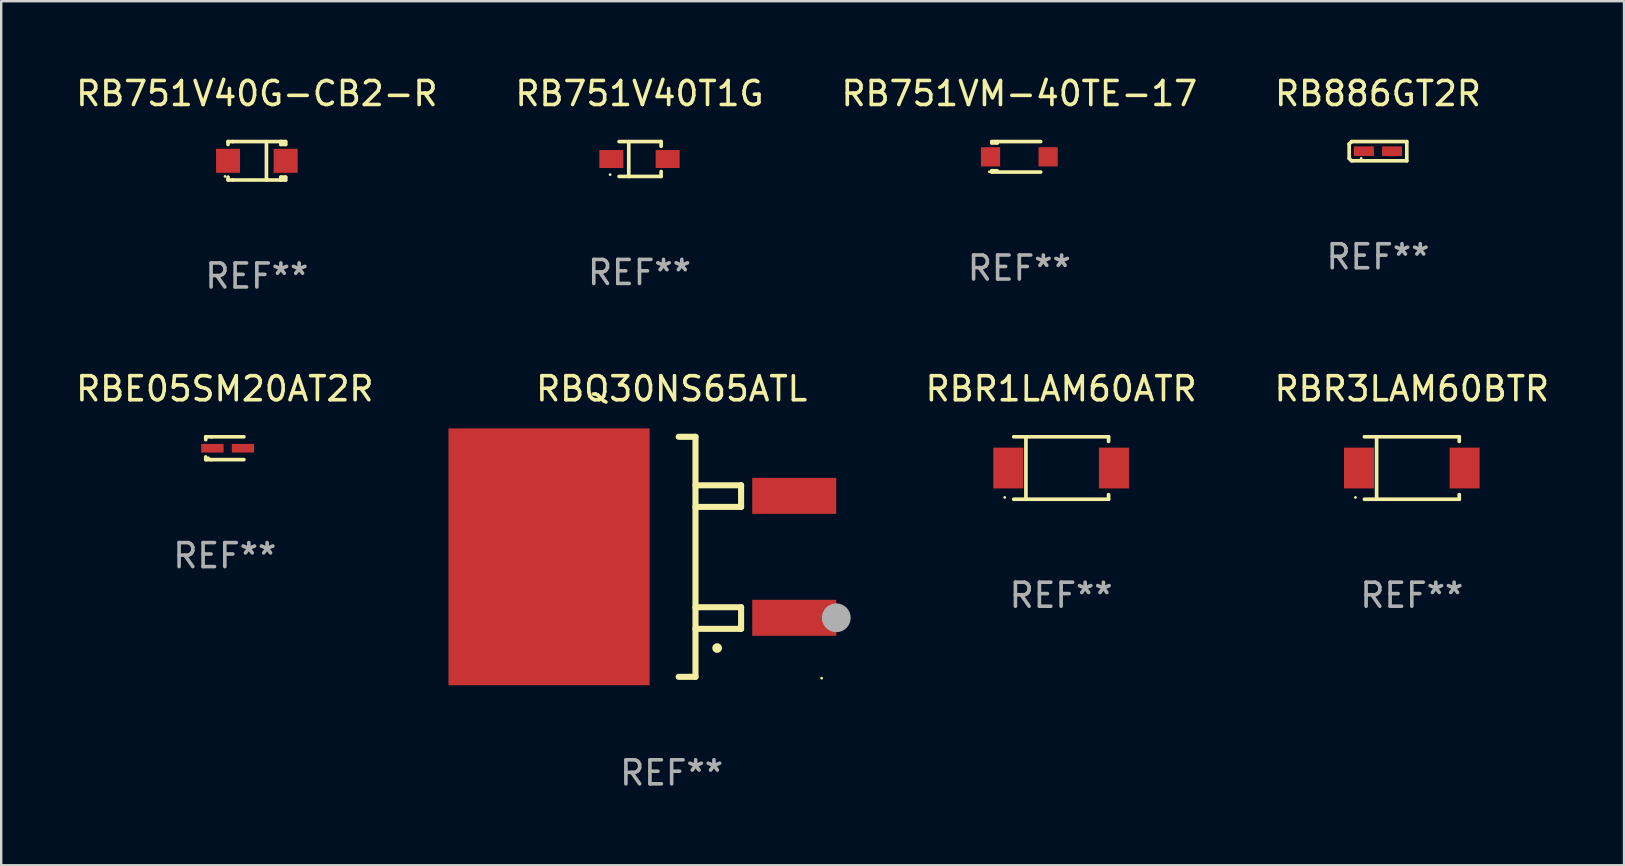
<source format=kicad_pcb>
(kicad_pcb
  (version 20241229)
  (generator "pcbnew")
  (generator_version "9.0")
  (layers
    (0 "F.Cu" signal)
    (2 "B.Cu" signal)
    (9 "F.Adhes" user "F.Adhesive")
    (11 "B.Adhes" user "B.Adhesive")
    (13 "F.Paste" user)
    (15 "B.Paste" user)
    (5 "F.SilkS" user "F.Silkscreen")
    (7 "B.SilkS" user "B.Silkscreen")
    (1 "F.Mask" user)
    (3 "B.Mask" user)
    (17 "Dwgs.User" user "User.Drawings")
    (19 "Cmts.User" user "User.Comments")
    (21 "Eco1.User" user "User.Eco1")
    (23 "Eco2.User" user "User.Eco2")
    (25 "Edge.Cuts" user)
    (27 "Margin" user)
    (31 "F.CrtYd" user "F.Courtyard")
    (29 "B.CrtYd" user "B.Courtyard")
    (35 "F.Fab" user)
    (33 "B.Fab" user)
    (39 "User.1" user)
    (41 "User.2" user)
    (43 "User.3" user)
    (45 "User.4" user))
  (footprint "RBQ30NS65ATL"
    (layer "F.Cu")
    (at 24.928 20.145)
    (property "Reference" "RBQ30NS65ATL" (at 0 -7 0) (layer "F.SilkS") (effects (font (size 1 1) (thickness 0.15))))
    (attr through_hole)
    (fp_line (start 0.293 -5) (end 0.993 -5) (stroke (width 0.254) (type solid)) (layer "F.SilkS"))
    (fp_line (start 0.993 -5) (end 0.993 5) (stroke (width 0.254) (type solid)) (layer "F.SilkS"))
    (fp_line (start 0.993 -2.08) (end 2.893 -2.08) (stroke (width 0.254) (type solid)) (layer "F.SilkS"))
    (fp_line (start 0.993 3) (end 2.893 3) (stroke (width 0.254) (type solid)) (layer "F.SilkS"))
    (fp_line (start 0.993 5) (end 0.293 5) (stroke (width 0.254) (type solid)) (layer "F.SilkS"))
    (fp_line (start 2.893 -2.98) (end 0.993 -2.98) (stroke (width 0.254) (type solid)) (layer "F.SilkS"))
    (fp_line (start 2.893 -2.08) (end 2.893 -2.98) (stroke (width 0.254) (type solid)) (layer "F.SilkS"))
    (fp_line (start 2.893 2.1) (end 0.993 2.1) (stroke (width 0.254) (type solid)) (layer "F.SilkS"))
    (fp_line (start 2.893 3) (end 2.893 2.1) (stroke (width 0.254) (type solid)) (layer "F.SilkS"))
    (fp_arc (start 1.893447 3.79986) (mid 1.894717 3.799856) (end 1.895987 3.79986) (stroke (width 0.4) (type solid)) (layer "F.SilkS"))
    (fp_circle (center 6.248 5.055) (end 6.278 5.055) (stroke (width 0.06) (type solid)) (fill no) (layer "F.SilkS"))
    (fp_circle (center 6.858 2.54) (end 7.158 2.54) (stroke (width 0.6) (type solid)) (fill no) (layer "F.Fab"))
    (fp_text user "REF**" (at 0 9 0) (layer "F.Fab") (effects (font (size 1 1) (thickness 0.15))))
    (pad "1" smd rect (at 5.107 2.54) (size 3.5 1.5) (layers "F.Cu" "F.Mask" "F.Paste"))
    (pad "2" smd rect (at -5.107 -0.000241) (size 8.38 10.7) (layers "F.Cu" "F.Mask" "F.Paste"))
    (pad "3" smd rect (at 5.106 -2.54) (size 3.5 1.5) (layers "F.Cu" "F.Mask" "F.Paste")))
  (footprint "RB751V40G-CB2-R"
    (layer "F.Cu")
    (at 7.649 3.648)
    (property "Reference" "RB751V40G-CB2-R" (at 0 -2.8 0) (layer "F.SilkS") (effects (font (size 1 1) (thickness 0.15))))
    (attr through_hole)
    (fp_line (start -1.2 -0.8) (end -1.2 -0.68) (stroke (width 0.152) (type solid)) (layer "F.SilkS"))
    (fp_line (start -1.2 0.68) (end -1.2 0.8) (stroke (width 0.152) (type solid)) (layer "F.SilkS"))
    (fp_line (start -1.2 0.8) (end -1 0.8) (stroke (width 0.152) (type solid)) (layer "F.SilkS"))
    (fp_line (start -1 -0.8) (end -1.2 -0.8) (stroke (width 0.152) (type solid)) (layer "F.SilkS"))
    (fp_line (start -1 -0.8) (end 1 -0.8) (stroke (width 0.152) (type solid)) (layer "F.SilkS"))
    (fp_line (start -1 0.8) (end 1 0.8) (stroke (width 0.152) (type solid)) (layer "F.SilkS"))
    (fp_line (start 0.4 -0.8) (end 0.4 0.8) (stroke (width 0.152) (type solid)) (layer "F.SilkS"))
    (fp_line (start 1 -0.8) (end 1 -0.68) (stroke (width 0.152) (type solid)) (layer "F.SilkS"))
    (fp_line (start 1 -0.8) (end 1.2 -0.8) (stroke (width 0.152) (type solid)) (layer "F.SilkS"))
    (fp_line (start 1 0.68) (end 1 0.8) (stroke (width 0.152) (type solid)) (layer "F.SilkS"))
    (fp_line (start 1 0.68) (end 1.2 0.68) (stroke (width 0.152) (type solid)) (layer "F.SilkS"))
    (fp_line (start 1.2 -0.8) (end 1.2 -0.68) (stroke (width 0.152) (type solid)) (layer "F.SilkS"))
    (fp_line (start 1.2 -0.68) (end 1 -0.68) (stroke (width 0.152) (type solid)) (layer "F.SilkS"))
    (fp_line (start 1.2 0.68) (end 1.2 0.8) (stroke (width 0.152) (type solid)) (layer "F.SilkS"))
    (fp_line (start 1.2 0.8) (end 1 0.8) (stroke (width 0.152) (type solid)) (layer "F.SilkS"))
    (fp_circle (center -1.325 0.65) (end -1.295 0.65) (stroke (width 0.06) (type solid)) (fill no) (layer "F.SilkS"))
    (fp_text user "REF**" (at 0 4.8 0) (layer "F.Fab") (effects (font (size 1 1) (thickness 0.15))))
    (pad "1" smd rect (at -1.2 0 180) (size 1 1) (layers "F.Cu" "F.Mask" "F.Paste"))
    (pad "2" smd rect (at 1.2 0 180) (size 1 1) (layers "F.Cu" "F.Mask" "F.Paste")))
  (footprint "RBR1LAM60ATR"
    (layer "F.Cu")
    (at 41.153 16.446)
    (property "Reference" "RBR1LAM60ATR" (at 0 -3.301 0) (layer "F.SilkS") (effects (font (size 1 1) (thickness 0.15))))
    (attr through_hole)
    (fp_line (start -1.976 -1.301) (end 1.976 -1.301) (stroke (width 0.152) (type solid)) (layer "F.SilkS"))
    (fp_line (start -1.976 1.301) (end 1.976 1.301) (stroke (width 0.152) (type solid)) (layer "F.SilkS"))
    (fp_line (start -1.467 -1.301) (end -1.467 1.301) (stroke (width 0.152) (type solid)) (layer "F.SilkS"))
    (fp_line (start 1.976 -1.301) (end 1.976 -1.108) (stroke (width 0.152) (type solid)) (layer "F.SilkS"))
    (fp_line (start 1.976 1.301) (end 1.976 1.108) (stroke (width 0.152) (type solid)) (layer "F.SilkS"))
    (fp_circle (center -2.35 1.225) (end -2.32 1.225) (stroke (width 0.06) (type solid)) (fill no) (layer "F.SilkS"))
    (fp_text user "REF**" (at 0 5.301 0) (layer "F.Fab") (effects (font (size 1 1) (thickness 0.15))))
    (pad "1" smd rect (at -2.2 0 180) (size 1.25 1.7) (layers "F.Cu" "F.Mask" "F.Paste"))
    (pad "2" smd rect (at 2.2 0 180) (size 1.25 1.7) (layers "F.Cu" "F.Mask" "F.Paste")))
  (footprint "RB751V40T1G"
    (layer "F.Cu")
    (at 23.589 3.574)
    (property "Reference" "RB751V40T1G" (at 0 -2.726 0) (layer "F.SilkS") (effects (font (size 1 1) (thickness 0.15))))
    (attr through_hole)
    (fp_line (start -0.851 -0.726) (end 0.901 -0.726) (stroke (width 0.152) (type solid)) (layer "F.SilkS"))
    (fp_line (start -0.851 0.726) (end 0.901 0.726) (stroke (width 0.152) (type solid)) (layer "F.SilkS"))
    (fp_line (start -0.447 -0.726) (end -0.447 0.726) (stroke (width 0.152) (type solid)) (layer "F.SilkS"))
    (fp_line (start 0.901 -0.726) (end 0.901 -0.53) (stroke (width 0.152) (type solid)) (layer "F.SilkS"))
    (fp_line (start 0.901 0.726) (end 0.901 0.52) (stroke (width 0.152) (type solid)) (layer "F.SilkS"))
    (fp_circle (center -1.225 0.65) (end -1.195 0.65) (stroke (width 0.06) (type solid)) (fill no) (layer "F.SilkS"))
    (fp_text user "REF**" (at 0 4.726 0) (layer "F.Fab") (effects (font (size 1 1) (thickness 0.15))))
    (pad "1" smd rect (at -1.173 0) (size 1 0.75) (layers "F.Cu" "F.Mask" "F.Paste"))
    (pad "2" smd rect (at 1.173 0) (size 1 0.75) (layers "F.Cu" "F.Mask" "F.Paste")))
  (footprint "RB886GT2R"
    (layer "F.Cu")
    (at 54.351 3.248)
    (property "Reference" "RB886GT2R" (at 0 -2.4 0) (layer "F.SilkS") (effects (font (size 1 1) (thickness 0.15))))
    (attr through_hole)
    (fp_line (start -1.2 -0.3) (end -1.1 -0.4) (stroke (width 0.152) (type solid)) (layer "F.SilkS"))
    (fp_line (start -1.2 0.3) (end -1.2 -0.3) (stroke (width 0.152) (type solid)) (layer "F.SilkS"))
    (fp_line (start -1.1 -0.4) (end 1.2 -0.4) (stroke (width 0.152) (type solid)) (layer "F.SilkS"))
    (fp_line (start -1.1 0.4) (end -1.2 0.3) (stroke (width 0.152) (type solid)) (layer "F.SilkS"))
    (fp_line (start 1.2 -0.4) (end 1.2 0.4) (stroke (width 0.152) (type solid)) (layer "F.SilkS"))
    (fp_line (start 1.2 0.4) (end -1.1 0.4) (stroke (width 0.152) (type solid)) (layer "F.SilkS"))
    (fp_circle (center -0.7 0.3) (end -0.67 0.3) (stroke (width 0.06) (type solid)) (fill no) (layer "F.SilkS"))
    (fp_text user "REF**" (at 0 4.4 0) (layer "F.Fab") (effects (font (size 1 1) (thickness 0.15))))
    (pad "1" smd rect (at -0.585 0 180) (size 0.83 0.4) (layers "F.Cu" "F.Mask" "F.Paste"))
    (pad "2" smd rect (at 0.585 0 180) (size 0.83 0.4) (layers "F.Cu" "F.Mask" "F.Paste")))
  (footprint "RBR3LAM60BTR"
    (layer "F.Cu")
    (at 55.761 16.446)
    (property "Reference" "RBR3LAM60BTR" (at 0 -3.301 0) (layer "F.SilkS") (effects (font (size 1 1) (thickness 0.15))))
    (attr through_hole)
    (fp_line (start -1.976 -1.301) (end 1.976 -1.301) (stroke (width 0.152) (type solid)) (layer "F.SilkS"))
    (fp_line (start -1.976 1.301) (end 1.976 1.301) (stroke (width 0.152) (type solid)) (layer "F.SilkS"))
    (fp_line (start -1.467 -1.301) (end -1.467 1.301) (stroke (width 0.152) (type solid)) (layer "F.SilkS"))
    (fp_line (start 1.976 -1.301) (end 1.976 -1.108) (stroke (width 0.152) (type solid)) (layer "F.SilkS"))
    (fp_line (start 1.976 1.301) (end 1.976 1.108) (stroke (width 0.152) (type solid)) (layer "F.SilkS"))
    (fp_circle (center -2.35 1.225) (end -2.32 1.225) (stroke (width 0.06) (type solid)) (fill no) (layer "F.SilkS"))
    (fp_text user "REF**" (at 0 5.301 0) (layer "F.Fab") (effects (font (size 1 1) (thickness 0.15))))
    (pad "1" smd rect (at -2.2 0 180) (size 1.25 1.7) (layers "F.Cu" "F.Mask" "F.Paste"))
    (pad "2" smd rect (at 2.2 0 180) (size 1.25 1.7) (layers "F.Cu" "F.Mask" "F.Paste")))
  (footprint "RBE05SM20AT2R"
    (layer "F.Cu")
    (at 6.315 15.621)
    (property "Reference" "RBE05SM20AT2R" (at 0 -2.476 0) (layer "F.SilkS") (effects (font (size 1 1) (thickness 0.15))))
    (attr through_hole)
    (fp_line (start -0.795 -0.476) (end -0.795 -0.356) (stroke (width 0.152) (type solid)) (layer "F.SilkS"))
    (fp_line (start -0.795 0.363) (end -0.795 0.476) (stroke (width 0.152) (type solid)) (layer "F.SilkS"))
    (fp_line (start -0.795 0.476) (end -0.557 0.476) (stroke (width 0.152) (type solid)) (layer "F.SilkS"))
    (fp_line (start -0.557 -0.476) (end -0.795 -0.476) (stroke (width 0.152) (type solid)) (layer "F.SilkS"))
    (fp_line (start -0.557 -0.476) (end 0.795 -0.476) (stroke (width 0.152) (type solid)) (layer "F.SilkS"))
    (fp_line (start -0.557 0.476) (end 0.795 0.476) (stroke (width 0.152) (type solid)) (layer "F.SilkS"))
    (fp_circle (center -0.681 0.4) (end -0.651 0.4) (stroke (width 0.06) (type solid)) (fill no) (layer "F.SilkS"))
    (fp_text user "REF**" (at 0 4.476 0) (layer "F.Fab") (effects (font (size 1 1) (thickness 0.15))))
    (pad "1" smd rect (at -0.516 0 180) (size 0.93 0.36) (layers "F.Cu" "F.Mask" "F.Paste"))
    (pad "2" smd rect (at 0.754 0 180) (size 0.93 0.36) (layers "F.Cu" "F.Mask" "F.Paste")))
  (footprint "RB751VM-40TE-17"
    (layer "F.Cu")
    (at 39.411 3.483)
    (property "Reference" "RB751VM-40TE-17" (at 0 -2.635 0) (layer "F.SilkS") (effects (font (size 1 1) (thickness 0.15))))
    (attr through_hole)
    (fp_line (start -1.143 -0.635) (end -1.143 -0.58) (stroke (width 0.152) (type solid)) (layer "F.SilkS"))
    (fp_line (start -1.143 -0.58) (end -0.922 -0.58) (stroke (width 0.152) (type solid)) (layer "F.SilkS"))
    (fp_line (start -1.143 0.58) (end -1.143 0.635) (stroke (width 0.152) (type solid)) (layer "F.SilkS"))
    (fp_line (start -1.143 0.58) (end -0.922 0.58) (stroke (width 0.152) (type solid)) (layer "F.SilkS"))
    (fp_line (start -1.143 0.635) (end 0.889 0.635) (stroke (width 0.152) (type solid)) (layer "F.SilkS"))
    (fp_line (start -0.922 -0.58) (end -0.922 -0.635) (stroke (width 0.152) (type solid)) (layer "F.SilkS"))
    (fp_line (start 0.889 -0.635) (end -1.143 -0.635) (stroke (width 0.152) (type solid)) (layer "F.SilkS"))
    (fp_circle (center -1.25 0.625) (end -1.22 0.625) (stroke (width 0.06) (type solid)) (fill no) (layer "F.SilkS"))
    (fp_text user "REF**" (at 0 4.635 0) (layer "F.Fab") (effects (font (size 1 1) (thickness 0.15))))
    (pad "1" smd rect (at -1.2 0) (size 0.8 0.8) (layers "F.Cu" "F.Mask" "F.Paste"))
    (pad "2" smd rect (at 1.2 0) (size 0.8 0.8) (layers "F.Cu" "F.Mask" "F.Paste")))
  (gr_rect
    (start -3 -3)
    (end 64.6 32.993)
    (stroke (width 0.1) (type default))
    (fill no)
    (layer "Edge.Cuts")))
</source>
